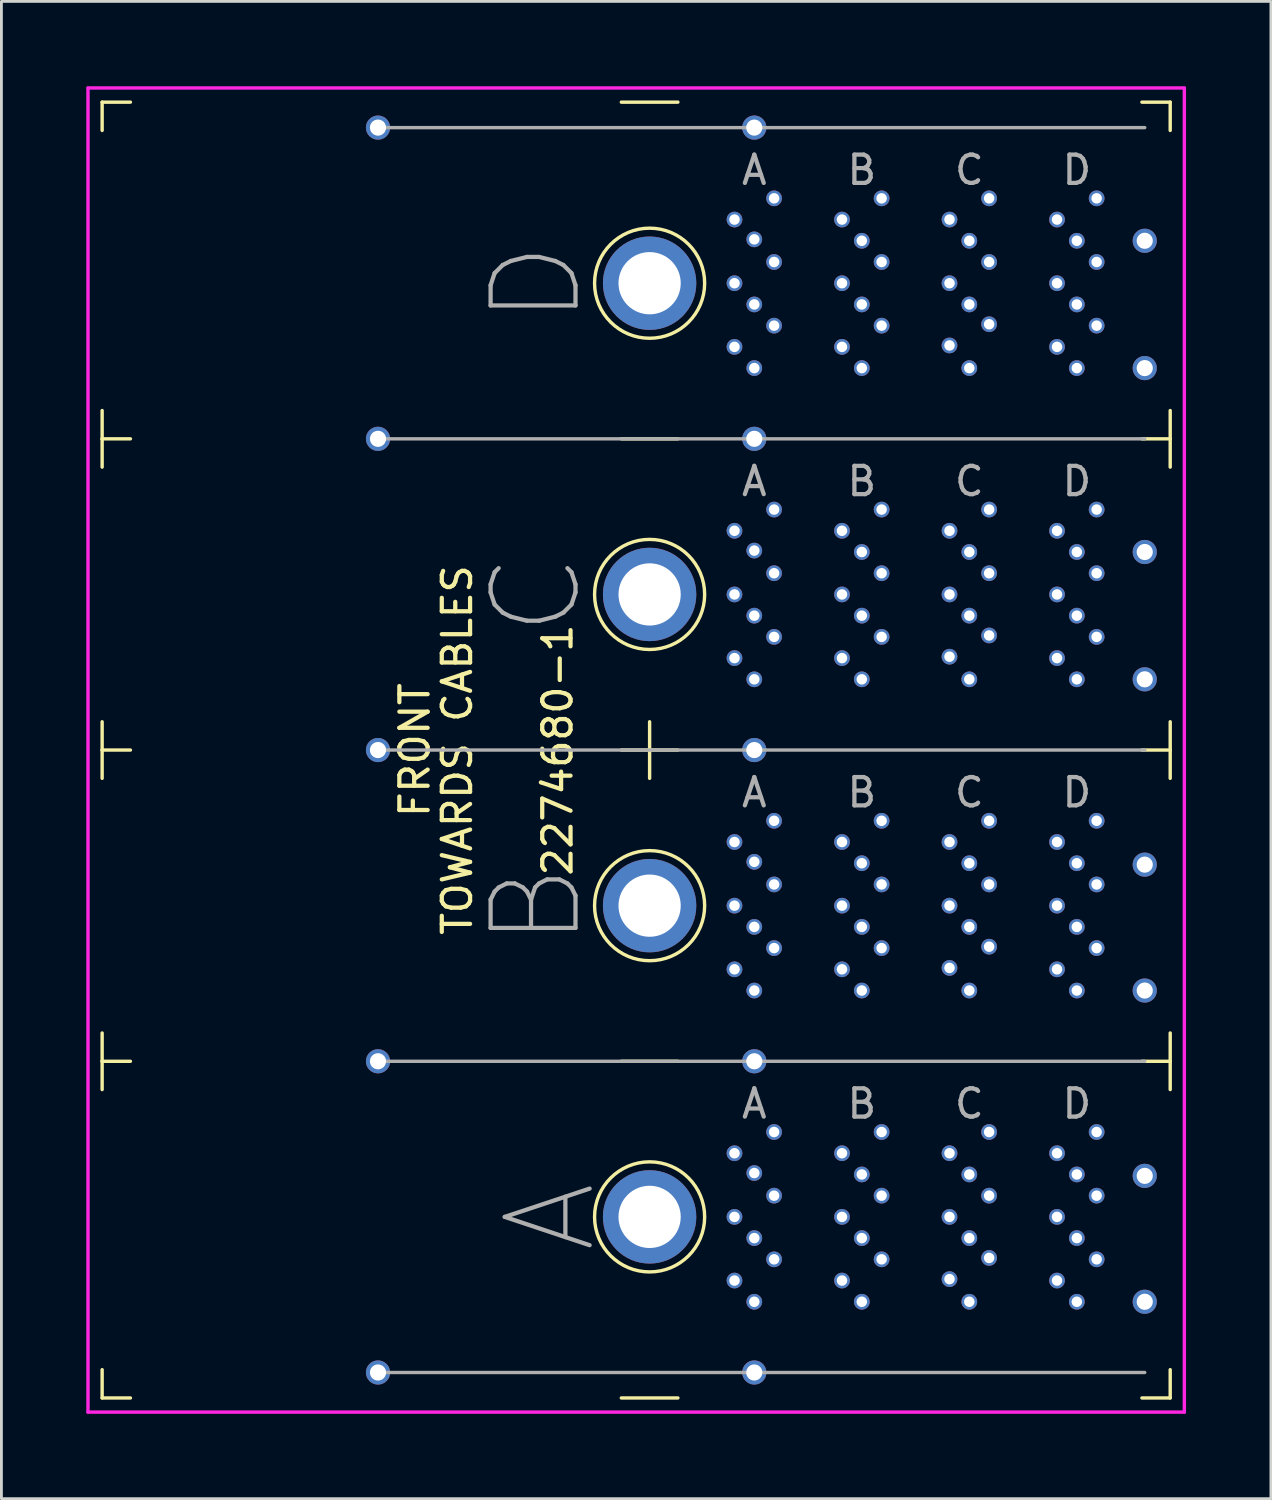
<source format=kicad_pcb>
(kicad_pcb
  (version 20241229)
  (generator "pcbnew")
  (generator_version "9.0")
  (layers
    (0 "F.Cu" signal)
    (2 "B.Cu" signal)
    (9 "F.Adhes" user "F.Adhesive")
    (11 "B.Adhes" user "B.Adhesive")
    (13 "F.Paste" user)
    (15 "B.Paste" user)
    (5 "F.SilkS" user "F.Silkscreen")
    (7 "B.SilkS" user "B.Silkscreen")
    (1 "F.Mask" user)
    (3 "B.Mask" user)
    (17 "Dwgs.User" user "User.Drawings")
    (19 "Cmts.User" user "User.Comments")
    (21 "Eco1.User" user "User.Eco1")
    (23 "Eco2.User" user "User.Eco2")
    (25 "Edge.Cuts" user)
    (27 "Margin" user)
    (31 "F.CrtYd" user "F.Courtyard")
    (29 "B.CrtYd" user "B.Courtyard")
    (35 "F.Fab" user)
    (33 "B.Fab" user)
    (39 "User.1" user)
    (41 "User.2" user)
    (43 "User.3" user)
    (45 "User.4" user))
  (footprint "2274680-1"
    (layer "F.Cu")
    (at 19.91 23.46)
    (property "Reference" "2274680-1" (at -3.25 0 90) (layer "F.SilkS") (effects (font (size 1 1) (thickness 0.15))))
    (attr through_hole)
    (fp_line (start -19.35 -22.9) (end -19.35 -21.9) (stroke (width 0.12) (type solid)) (layer "F.SilkS"))
    (fp_line (start -19.35 -22.9) (end -18.35 -22.9) (stroke (width 0.12) (type solid)) (layer "F.SilkS"))
    (fp_line (start -19.35 -11) (end -19.35 -12) (stroke (width 0.12) (type solid)) (layer "F.SilkS"))
    (fp_line (start -19.35 -11) (end -19.35 -10) (stroke (width 0.12) (type solid)) (layer "F.SilkS"))
    (fp_line (start -19.35 -11) (end -18.35 -11) (stroke (width 0.12) (type solid)) (layer "F.SilkS"))
    (fp_line (start -19.35 0) (end -19.35 -1) (stroke (width 0.12) (type solid)) (layer "F.SilkS"))
    (fp_line (start -19.35 0) (end -19.35 1) (stroke (width 0.12) (type solid)) (layer "F.SilkS"))
    (fp_line (start -19.35 0) (end -18.35 0) (stroke (width 0.12) (type solid)) (layer "F.SilkS"))
    (fp_line (start -19.35 11) (end -19.35 10) (stroke (width 0.12) (type solid)) (layer "F.SilkS"))
    (fp_line (start -19.35 11) (end -19.35 12) (stroke (width 0.12) (type solid)) (layer "F.SilkS"))
    (fp_line (start -19.35 11) (end -18.35 11) (stroke (width 0.12) (type solid)) (layer "F.SilkS"))
    (fp_line (start -19.35 22.9) (end -19.35 21.9) (stroke (width 0.12) (type solid)) (layer "F.SilkS"))
    (fp_line (start -19.35 22.9) (end -18.35 22.9) (stroke (width 0.12) (type solid)) (layer "F.SilkS"))
    (fp_line (start -1 -22.9) (end 1 -22.9) (stroke (width 0.12) (type solid)) (layer "F.SilkS"))
    (fp_line (start -1 -11) (end 1 -11) (stroke (width 0.12) (type solid)) (layer "F.SilkS"))
    (fp_line (start -1 0) (end 1 0) (stroke (width 0.12) (type solid)) (layer "F.SilkS"))
    (fp_line (start -1 11) (end 1 11) (stroke (width 0.12) (type solid)) (layer "F.SilkS"))
    (fp_line (start -1 22.9) (end 1 22.9) (stroke (width 0.12) (type solid)) (layer "F.SilkS"))
    (fp_line (start 0 -1) (end 0 1) (stroke (width 0.12) (type solid)) (layer "F.SilkS"))
    (fp_line (start 18.4 -22.9) (end 17.4 -22.9) (stroke (width 0.12) (type solid)) (layer "F.SilkS"))
    (fp_line (start 18.4 -22.9) (end 18.4 -21.9) (stroke (width 0.12) (type solid)) (layer "F.SilkS"))
    (fp_line (start 18.4 -11) (end 17.4 -11) (stroke (width 0.12) (type solid)) (layer "F.SilkS"))
    (fp_line (start 18.4 -11) (end 18.4 -12) (stroke (width 0.12) (type solid)) (layer "F.SilkS"))
    (fp_line (start 18.4 -11) (end 18.4 -10) (stroke (width 0.12) (type solid)) (layer "F.SilkS"))
    (fp_line (start 18.4 0) (end 17.4 0) (stroke (width 0.12) (type solid)) (layer "F.SilkS"))
    (fp_line (start 18.4 0) (end 18.4 -1) (stroke (width 0.12) (type solid)) (layer "F.SilkS"))
    (fp_line (start 18.4 0) (end 18.4 1) (stroke (width 0.12) (type solid)) (layer "F.SilkS"))
    (fp_line (start 18.4 11) (end 17.4 11) (stroke (width 0.12) (type solid)) (layer "F.SilkS"))
    (fp_line (start 18.4 11) (end 18.4 10) (stroke (width 0.12) (type solid)) (layer "F.SilkS"))
    (fp_line (start 18.4 11) (end 18.4 12) (stroke (width 0.12) (type solid)) (layer "F.SilkS"))
    (fp_line (start 18.4 22.9) (end 17.4 22.9) (stroke (width 0.12) (type solid)) (layer "F.SilkS"))
    (fp_line (start 18.4 22.9) (end 18.4 21.9) (stroke (width 0.12) (type solid)) (layer "F.SilkS"))
    (fp_circle (center 0 -16.5) (end 1.75 -17.35) (stroke (width 0.12) (type solid)) (fill no) (layer "F.SilkS"))
    (fp_circle (center 0 -5.5) (end 1.75 -6.35) (stroke (width 0.12) (type solid)) (fill no) (layer "F.SilkS"))
    (fp_circle (center 0 5.5) (end 1.75 4.65) (stroke (width 0.12) (type solid)) (fill no) (layer "F.SilkS"))
    (fp_circle (center 0 16.5) (end 1.75 15.65) (stroke (width 0.12) (type solid)) (fill no) (layer "F.SilkS"))
    (fp_line (start -19.85 -23.4) (end -19.85 23.4) (stroke (width 0.12) (type solid)) (layer "F.CrtYd"))
    (fp_line (start -19.85 23.4) (end 18.9 23.4) (stroke (width 0.12) (type solid)) (layer "F.CrtYd"))
    (fp_line (start 18.9 -23.4) (end -19.85 -23.4) (stroke (width 0.12) (type solid)) (layer "F.CrtYd"))
    (fp_line (start 18.9 23.4) (end 18.9 -23.4) (stroke (width 0.12) (type solid)) (layer "F.CrtYd"))
    (fp_line (start 17.5 -22) (end -9.6 -22) (stroke (width 0.12) (type solid)) (layer "F.Fab"))
    (fp_line (start 17.5 -11) (end -9.6 -11) (stroke (width 0.12) (type solid)) (layer "F.Fab"))
    (fp_line (start 17.5 0) (end -9.6 0) (stroke (width 0.12) (type solid)) (layer "F.Fab"))
    (fp_line (start 17.5 11) (end -9.6 11) (stroke (width 0.12) (type solid)) (layer "F.Fab"))
    (fp_line (start 17.5 22) (end -9.6 22) (stroke (width 0.12) (type solid)) (layer "F.Fab"))
    (fp_text user "TOWARDS CABLES" (at -6.8 0 90) (layer "F.SilkS") (effects (font (size 1 1) (thickness 0.15))))
    (fp_text user "FRONT" (at -8.3 0 90) (layer "F.SilkS") (effects (font (size 1 1) (thickness 0.15))))
    (fp_text user "C" (at -4 -5.5 90) (layer "F.Fab") (effects (font (size 3 3) (thickness 0.15))))
    (fp_text user "C" (at 11.3 1.5 0) (layer "F.Fab") (effects (font (size 1 1) (thickness 0.15))))
    (fp_text user "B" (at -4 5.5 90) (layer "F.Fab") (effects (font (size 3 3) (thickness 0.15))))
    (fp_text user "C" (at 11.3 12.5 0) (layer "F.Fab") (effects (font (size 1 1) (thickness 0.15))))
    (fp_text user "B" (at 7.5 1.5 0) (layer "F.Fab") (effects (font (size 1 1) (thickness 0.15))))
    (fp_text user "C" (at 11.3 -20.5 0) (layer "F.Fab") (effects (font (size 1 1) (thickness 0.15))))
    (fp_text user "D" (at -4 -16.5 90) (layer "F.Fab") (effects (font (size 3 3) (thickness 0.15))))
    (fp_text user "A" (at 3.7 -20.5 0) (layer "F.Fab") (effects (font (size 1 1) (thickness 0.15))))
    (fp_text user "A" (at 3.7 12.5 0) (layer "F.Fab") (effects (font (size 1 1) (thickness 0.15))))
    (fp_text user "D" (at 15.1 1.5 0) (layer "F.Fab") (effects (font (size 1 1) (thickness 0.15))))
    (fp_text user "D" (at 15.1 -20.5 0) (layer "F.Fab") (effects (font (size 1 1) (thickness 0.15))))
    (fp_text user "B" (at 7.5 12.5 0) (layer "F.Fab") (effects (font (size 1 1) (thickness 0.15))))
    (fp_text user "D" (at 15.1 12.5 0) (layer "F.Fab") (effects (font (size 1 1) (thickness 0.15))))
    (fp_text user "B" (at 7.5 -9.5 0) (layer "F.Fab") (effects (font (size 1 1) (thickness 0.15))))
    (fp_text user "B" (at 7.5 -20.5 0) (layer "F.Fab") (effects (font (size 1 1) (thickness 0.15))))
    (fp_text user "D" (at 15.1 -9.5 0) (layer "F.Fab") (effects (font (size 1 1) (thickness 0.15))))
    (fp_text user "A" (at -3.5 16.5 90) (layer "F.Fab") (effects (font (size 3 3) (thickness 0.15))))
    (fp_text user "A" (at 3.7 -9.5 0) (layer "F.Fab") (effects (font (size 1 1) (thickness 0.15))))
    (fp_text user "C" (at 11.3 -9.5 0) (layer "F.Fab") (effects (font (size 1 1) (thickness 0.15))))
    (fp_text user "A" (at 3.7 1.5 0) (layer "F.Fab") (effects (font (size 1 1) (thickness 0.15))))
    (pad "A1-A" thru_hole circle (at 4.4 13.5) (size 0.555 0.555) (drill 0.37) (layers "*.Cu" "*.Mask"))
    (pad "A1-B" thru_hole circle (at 4.4 2.5) (size 0.555 0.555) (drill 0.37) (layers "*.Cu" "*.Mask"))
    (pad "A1-C" thru_hole circle (at 4.4 -8.5) (size 0.555 0.555) (drill 0.37) (layers "*.Cu" "*.Mask"))
    (pad "A1-D" thru_hole circle (at 4.4 -19.5) (size 0.555 0.555) (drill 0.37) (layers "*.Cu" "*.Mask"))
    (pad "A2-A" thru_hole circle (at 3 14.25) (size 0.555 0.555) (drill 0.37) (layers "*.Cu" "*.Mask"))
    (pad "A2-B" thru_hole circle (at 3 3.25) (size 0.555 0.555) (drill 0.37) (layers "*.Cu" "*.Mask"))
    (pad "A2-C" thru_hole circle (at 3 -7.75) (size 0.555 0.555) (drill 0.37) (layers "*.Cu" "*.Mask"))
    (pad "A2-D" thru_hole circle (at 3 -18.75) (size 0.555 0.555) (drill 0.37) (layers "*.Cu" "*.Mask"))
    (pad "A3-A" thru_hole circle (at 3.7 14.95) (size 0.555 0.555) (drill 0.37) (layers "*.Cu" "*.Mask"))
    (pad "A3-B" thru_hole circle (at 3.7 3.95) (size 0.555 0.555) (drill 0.37) (layers "*.Cu" "*.Mask"))
    (pad "A3-C" thru_hole circle (at 3.7 -7.05) (size 0.555 0.555) (drill 0.37) (layers "*.Cu" "*.Mask"))
    (pad "A3-D" thru_hole circle (at 3.7 -18.05) (size 0.555 0.555) (drill 0.37) (layers "*.Cu" "*.Mask"))
    (pad "A4-A" thru_hole circle (at 4.4 15.75) (size 0.555 0.555) (drill 0.37) (layers "*.Cu" "*.Mask"))
    (pad "A4-B" thru_hole circle (at 4.4 4.75) (size 0.555 0.555) (drill 0.37) (layers "*.Cu" "*.Mask"))
    (pad "A4-C" thru_hole circle (at 4.4 -6.25) (size 0.555 0.555) (drill 0.37) (layers "*.Cu" "*.Mask"))
    (pad "A4-D" thru_hole circle (at 4.4 -17.25) (size 0.555 0.555) (drill 0.37) (layers "*.Cu" "*.Mask"))
    (pad "A5-A" thru_hole circle (at 3 16.5) (size 0.555 0.555) (drill 0.37) (layers "*.Cu" "*.Mask"))
    (pad "A5-B" thru_hole circle (at 3 5.5) (size 0.555 0.555) (drill 0.37) (layers "*.Cu" "*.Mask"))
    (pad "A5-C" thru_hole circle (at 3 -5.5) (size 0.555 0.555) (drill 0.37) (layers "*.Cu" "*.Mask"))
    (pad "A5-D" thru_hole circle (at 3 -16.5) (size 0.555 0.555) (drill 0.37) (layers "*.Cu" "*.Mask"))
    (pad "A6-A" thru_hole circle (at 3.7 17.25) (size 0.555 0.555) (drill 0.37) (layers "*.Cu" "*.Mask"))
    (pad "A6-B" thru_hole circle (at 3.7 6.25) (size 0.555 0.555) (drill 0.37) (layers "*.Cu" "*.Mask"))
    (pad "A6-C" thru_hole circle (at 3.7 -4.75) (size 0.555 0.555) (drill 0.37) (layers "*.Cu" "*.Mask"))
    (pad "A6-D" thru_hole circle (at 3.7 -15.75) (size 0.555 0.555) (drill 0.37) (layers "*.Cu" "*.Mask"))
    (pad "A7-A" thru_hole circle (at 4.4 18) (size 0.555 0.555) (drill 0.37) (layers "*.Cu" "*.Mask"))
    (pad "A7-B" thru_hole circle (at 4.4 7) (size 0.555 0.555) (drill 0.37) (layers "*.Cu" "*.Mask"))
    (pad "A7-C" thru_hole circle (at 4.4 -4) (size 0.555 0.555) (drill 0.37) (layers "*.Cu" "*.Mask"))
    (pad "A7-D" thru_hole circle (at 4.4 -15) (size 0.555 0.555) (drill 0.37) (layers "*.Cu" "*.Mask"))
    (pad "A8-A" thru_hole circle (at 3 18.75) (size 0.555 0.555) (drill 0.37) (layers "*.Cu" "*.Mask"))
    (pad "A8-B" thru_hole circle (at 3 7.75) (size 0.555 0.555) (drill 0.37) (layers "*.Cu" "*.Mask"))
    (pad "A8-C" thru_hole circle (at 3 -3.25) (size 0.555 0.555) (drill 0.37) (layers "*.Cu" "*.Mask"))
    (pad "A8-D" thru_hole circle (at 3 -14.25) (size 0.555 0.555) (drill 0.37) (layers "*.Cu" "*.Mask"))
    (pad "A9-A" thru_hole circle (at 3.7 19.5) (size 0.555 0.555) (drill 0.37) (layers "*.Cu" "*.Mask"))
    (pad "A9-B" thru_hole circle (at 3.7 8.5) (size 0.555 0.555) (drill 0.37) (layers "*.Cu" "*.Mask"))
    (pad "A9-C" thru_hole circle (at 3.7 -2.5) (size 0.555 0.555) (drill 0.37) (layers "*.Cu" "*.Mask"))
    (pad "A9-D" thru_hole circle (at 3.7 -13.5) (size 0.555 0.555) (drill 0.37) (layers "*.Cu" "*.Mask"))
    (pad "B1-A" thru_hole circle (at 8.2 13.5) (size 0.555 0.555) (drill 0.37) (layers "*.Cu" "*.Mask"))
    (pad "B1-B" thru_hole circle (at 8.2 2.5) (size 0.555 0.555) (drill 0.37) (layers "*.Cu" "*.Mask"))
    (pad "B1-C" thru_hole circle (at 8.2 -8.5) (size 0.555 0.555) (drill 0.37) (layers "*.Cu" "*.Mask"))
    (pad "B1-D" thru_hole circle (at 8.2 -19.5) (size 0.555 0.555) (drill 0.37) (layers "*.Cu" "*.Mask"))
    (pad "B2-A" thru_hole circle (at 6.8 14.25) (size 0.555 0.555) (drill 0.37) (layers "*.Cu" "*.Mask"))
    (pad "B2-B" thru_hole circle (at 6.8 3.25) (size 0.555 0.555) (drill 0.37) (layers "*.Cu" "*.Mask"))
    (pad "B2-C" thru_hole circle (at 6.8 -7.75) (size 0.555 0.555) (drill 0.37) (layers "*.Cu" "*.Mask"))
    (pad "B2-D" thru_hole circle (at 6.8 -18.75) (size 0.555 0.555) (drill 0.37) (layers "*.Cu" "*.Mask"))
    (pad "B3-A" thru_hole circle (at 7.5 15) (size 0.555 0.555) (drill 0.37) (layers "*.Cu" "*.Mask"))
    (pad "B3-B" thru_hole circle (at 7.5 4) (size 0.555 0.555) (drill 0.37) (layers "*.Cu" "*.Mask"))
    (pad "B3-C" thru_hole circle (at 7.5 -7) (size 0.555 0.555) (drill 0.37) (layers "*.Cu" "*.Mask"))
    (pad "B3-D" thru_hole circle (at 7.5 -18) (size 0.555 0.555) (drill 0.37) (layers "*.Cu" "*.Mask"))
    (pad "B4-A" thru_hole circle (at 8.2 15.75) (size 0.555 0.555) (drill 0.37) (layers "*.Cu" "*.Mask"))
    (pad "B4-B" thru_hole circle (at 8.2 4.75) (size 0.555 0.555) (drill 0.37) (layers "*.Cu" "*.Mask"))
    (pad "B4-C" thru_hole circle (at 8.2 -6.25) (size 0.555 0.555) (drill 0.37) (layers "*.Cu" "*.Mask"))
    (pad "B4-D" thru_hole circle (at 8.2 -17.25) (size 0.555 0.555) (drill 0.37) (layers "*.Cu" "*.Mask"))
    (pad "B5-A" thru_hole circle (at 6.8 16.5) (size 0.555 0.555) (drill 0.37) (layers "*.Cu" "*.Mask"))
    (pad "B5-B" thru_hole circle (at 6.8 5.5) (size 0.555 0.555) (drill 0.37) (layers "*.Cu" "*.Mask"))
    (pad "B5-C" thru_hole circle (at 6.8 -5.5) (size 0.555 0.555) (drill 0.37) (layers "*.Cu" "*.Mask"))
    (pad "B5-D" thru_hole circle (at 6.8 -16.5) (size 0.555 0.555) (drill 0.37) (layers "*.Cu" "*.Mask"))
    (pad "B6-A" thru_hole circle (at 7.5 17.25) (size 0.555 0.555) (drill 0.37) (layers "*.Cu" "*.Mask"))
    (pad "B6-B" thru_hole circle (at 7.5 6.25) (size 0.555 0.555) (drill 0.37) (layers "*.Cu" "*.Mask"))
    (pad "B6-C" thru_hole circle (at 7.5 -4.75) (size 0.555 0.555) (drill 0.37) (layers "*.Cu" "*.Mask"))
    (pad "B6-D" thru_hole circle (at 7.5 -15.75) (size 0.555 0.555) (drill 0.37) (layers "*.Cu" "*.Mask"))
    (pad "B7-A" thru_hole circle (at 8.2 18) (size 0.555 0.555) (drill 0.37) (layers "*.Cu" "*.Mask"))
    (pad "B7-B" thru_hole circle (at 8.2 7) (size 0.555 0.555) (drill 0.37) (layers "*.Cu" "*.Mask"))
    (pad "B7-C" thru_hole circle (at 8.2 -4) (size 0.555 0.555) (drill 0.37) (layers "*.Cu" "*.Mask"))
    (pad "B7-D" thru_hole circle (at 8.2 -15) (size 0.555 0.555) (drill 0.37) (layers "*.Cu" "*.Mask"))
    (pad "B8-A" thru_hole circle (at 6.8 18.75) (size 0.555 0.555) (drill 0.37) (layers "*.Cu" "*.Mask"))
    (pad "B8-B" thru_hole circle (at 6.8 7.75) (size 0.555 0.555) (drill 0.37) (layers "*.Cu" "*.Mask"))
    (pad "B8-C" thru_hole circle (at 6.8 -3.25) (size 0.555 0.555) (drill 0.37) (layers "*.Cu" "*.Mask"))
    (pad "B8-D" thru_hole circle (at 6.8 -14.25) (size 0.555 0.555) (drill 0.37) (layers "*.Cu" "*.Mask"))
    (pad "B9-A" thru_hole circle (at 7.5 19.5) (size 0.555 0.555) (drill 0.37) (layers "*.Cu" "*.Mask"))
    (pad "B9-B" thru_hole circle (at 7.5 8.5) (size 0.555 0.555) (drill 0.37) (layers "*.Cu" "*.Mask"))
    (pad "B9-C" thru_hole circle (at 7.5 -2.5) (size 0.555 0.555) (drill 0.37) (layers "*.Cu" "*.Mask"))
    (pad "B9-D" thru_hole circle (at 7.5 -13.5) (size 0.555 0.555) (drill 0.37) (layers "*.Cu" "*.Mask"))
    (pad "C1-A" thru_hole circle (at 12 13.5) (size 0.555 0.555) (drill 0.37) (layers "*.Cu" "*.Mask"))
    (pad "C1-B" thru_hole circle (at 12 2.5) (size 0.555 0.555) (drill 0.37) (layers "*.Cu" "*.Mask"))
    (pad "C1-C" thru_hole circle (at 12 -8.5) (size 0.555 0.555) (drill 0.37) (layers "*.Cu" "*.Mask"))
    (pad "C1-D" thru_hole circle (at 12 -19.5) (size 0.555 0.555) (drill 0.37) (layers "*.Cu" "*.Mask"))
    (pad "C2-A" thru_hole circle (at 10.6 14.25) (size 0.555 0.555) (drill 0.37) (layers "*.Cu" "*.Mask"))
    (pad "C2-B" thru_hole circle (at 10.6 3.25) (size 0.555 0.555) (drill 0.37) (layers "*.Cu" "*.Mask"))
    (pad "C2-C" thru_hole circle (at 10.6 -7.75) (size 0.555 0.555) (drill 0.37) (layers "*.Cu" "*.Mask"))
    (pad "C2-D" thru_hole circle (at 10.6 -18.75) (size 0.555 0.555) (drill 0.37) (layers "*.Cu" "*.Mask"))
    (pad "C3-A" thru_hole circle (at 11.3 15) (size 0.555 0.555) (drill 0.37) (layers "*.Cu" "*.Mask"))
    (pad "C3-B" thru_hole circle (at 11.3 4) (size 0.555 0.555) (drill 0.37) (layers "*.Cu" "*.Mask"))
    (pad "C3-C" thru_hole circle (at 11.3 -7) (size 0.555 0.555) (drill 0.37) (layers "*.Cu" "*.Mask"))
    (pad "C3-D" thru_hole circle (at 11.3 -18) (size 0.555 0.555) (drill 0.37) (layers "*.Cu" "*.Mask"))
    (pad "C4-A" thru_hole circle (at 12 15.75) (size 0.555 0.555) (drill 0.37) (layers "*.Cu" "*.Mask"))
    (pad "C4-B" thru_hole circle (at 12 4.75) (size 0.555 0.555) (drill 0.37) (layers "*.Cu" "*.Mask"))
    (pad "C4-C" thru_hole circle (at 12 -6.25) (size 0.555 0.555) (drill 0.37) (layers "*.Cu" "*.Mask"))
    (pad "C4-D" thru_hole circle (at 12 -17.25) (size 0.555 0.555) (drill 0.37) (layers "*.Cu" "*.Mask"))
    (pad "C5-A" thru_hole circle (at 10.6 16.5) (size 0.555 0.555) (drill 0.37) (layers "*.Cu" "*.Mask"))
    (pad "C5-B" thru_hole circle (at 10.6 5.5) (size 0.555 0.555) (drill 0.37) (layers "*.Cu" "*.Mask"))
    (pad "C5-C" thru_hole circle (at 10.6 -5.5) (size 0.555 0.555) (drill 0.37) (layers "*.Cu" "*.Mask"))
    (pad "C5-D" thru_hole circle (at 10.6 -16.5) (size 0.555 0.555) (drill 0.37) (layers "*.Cu" "*.Mask"))
    (pad "C6-A" thru_hole circle (at 11.3 17.25) (size 0.555 0.555) (drill 0.37) (layers "*.Cu" "*.Mask"))
    (pad "C6-B" thru_hole circle (at 11.3 6.25) (size 0.555 0.555) (drill 0.37) (layers "*.Cu" "*.Mask"))
    (pad "C6-C" thru_hole circle (at 11.3 -4.75) (size 0.555 0.555) (drill 0.37) (layers "*.Cu" "*.Mask"))
    (pad "C6-D" thru_hole circle (at 11.3 -15.75) (size 0.555 0.555) (drill 0.37) (layers "*.Cu" "*.Mask"))
    (pad "C7-A" thru_hole circle (at 12 17.95) (size 0.555 0.555) (drill 0.37) (layers "*.Cu" "*.Mask"))
    (pad "C7-B" thru_hole circle (at 12 6.95) (size 0.555 0.555) (drill 0.37) (layers "*.Cu" "*.Mask"))
    (pad "C7-C" thru_hole circle (at 12 -4.05) (size 0.555 0.555) (drill 0.37) (layers "*.Cu" "*.Mask"))
    (pad "C7-D" thru_hole circle (at 12 -15.05) (size 0.555 0.555) (drill 0.37) (layers "*.Cu" "*.Mask"))
    (pad "C8-A" thru_hole circle (at 10.6 18.7) (size 0.555 0.555) (drill 0.37) (layers "*.Cu" "*.Mask"))
    (pad "C8-B" thru_hole circle (at 10.6 7.7) (size 0.555 0.555) (drill 0.37) (layers "*.Cu" "*.Mask"))
    (pad "C8-C" thru_hole circle (at 10.6 -3.3) (size 0.555 0.555) (drill 0.37) (layers "*.Cu" "*.Mask"))
    (pad "C8-D" thru_hole circle (at 10.6 -14.3) (size 0.555 0.555) (drill 0.37) (layers "*.Cu" "*.Mask"))
    (pad "C9-A" thru_hole circle (at 11.3 19.5) (size 0.555 0.555) (drill 0.37) (layers "*.Cu" "*.Mask"))
    (pad "C9-B" thru_hole circle (at 11.3 8.5) (size 0.555 0.555) (drill 0.37) (layers "*.Cu" "*.Mask"))
    (pad "C9-C" thru_hole circle (at 11.3 -2.5) (size 0.555 0.555) (drill 0.37) (layers "*.Cu" "*.Mask"))
    (pad "C9-D" thru_hole circle (at 11.3 -13.5) (size 0.555 0.555) (drill 0.37) (layers "*.Cu" "*.Mask"))
    (pad "D1-A" thru_hole circle (at 15.8 13.5) (size 0.555 0.555) (drill 0.37) (layers "*.Cu" "*.Mask"))
    (pad "D1-B" thru_hole circle (at 15.8 2.5) (size 0.555 0.555) (drill 0.37) (layers "*.Cu" "*.Mask"))
    (pad "D1-C" thru_hole circle (at 15.8 -8.5) (size 0.555 0.555) (drill 0.37) (layers "*.Cu" "*.Mask"))
    (pad "D1-D" thru_hole circle (at 15.8 -19.5) (size 0.555 0.555) (drill 0.37) (layers "*.Cu" "*.Mask"))
    (pad "D2-A" thru_hole circle (at 14.4 14.25) (size 0.555 0.555) (drill 0.37) (layers "*.Cu" "*.Mask"))
    (pad "D2-B" thru_hole circle (at 14.4 3.25) (size 0.555 0.555) (drill 0.37) (layers "*.Cu" "*.Mask"))
    (pad "D2-C" thru_hole circle (at 14.4 -7.75) (size 0.555 0.555) (drill 0.37) (layers "*.Cu" "*.Mask"))
    (pad "D2-D" thru_hole circle (at 14.4 -18.75) (size 0.555 0.555) (drill 0.37) (layers "*.Cu" "*.Mask"))
    (pad "D3-A" thru_hole circle (at 15.1 15) (size 0.555 0.555) (drill 0.37) (layers "*.Cu" "*.Mask"))
    (pad "D3-B" thru_hole circle (at 15.1 4) (size 0.555 0.555) (drill 0.37) (layers "*.Cu" "*.Mask"))
    (pad "D3-C" thru_hole circle (at 15.1 -7) (size 0.555 0.555) (drill 0.37) (layers "*.Cu" "*.Mask"))
    (pad "D3-D" thru_hole circle (at 15.1 -18) (size 0.555 0.555) (drill 0.37) (layers "*.Cu" "*.Mask"))
    (pad "D4-A" thru_hole circle (at 15.8 15.75) (size 0.555 0.555) (drill 0.37) (layers "*.Cu" "*.Mask"))
    (pad "D4-B" thru_hole circle (at 15.8 4.75) (size 0.555 0.555) (drill 0.37) (layers "*.Cu" "*.Mask"))
    (pad "D4-C" thru_hole circle (at 15.8 -6.25) (size 0.555 0.555) (drill 0.37) (layers "*.Cu" "*.Mask"))
    (pad "D4-D" thru_hole circle (at 15.8 -17.25) (size 0.555 0.555) (drill 0.37) (layers "*.Cu" "*.Mask"))
    (pad "D5-A" thru_hole circle (at 14.4 16.5) (size 0.555 0.555) (drill 0.37) (layers "*.Cu" "*.Mask"))
    (pad "D5-B" thru_hole circle (at 14.4 5.5) (size 0.555 0.555) (drill 0.37) (layers "*.Cu" "*.Mask"))
    (pad "D5-C" thru_hole circle (at 14.4 -5.5) (size 0.555 0.555) (drill 0.37) (layers "*.Cu" "*.Mask"))
    (pad "D5-D" thru_hole circle (at 14.4 -16.5) (size 0.555 0.555) (drill 0.37) (layers "*.Cu" "*.Mask"))
    (pad "D6-A" thru_hole circle (at 15.1 17.25) (size 0.555 0.555) (drill 0.37) (layers "*.Cu" "*.Mask"))
    (pad "D6-B" thru_hole circle (at 15.1 6.25) (size 0.555 0.555) (drill 0.37) (layers "*.Cu" "*.Mask"))
    (pad "D6-C" thru_hole circle (at 15.1 -4.75) (size 0.555 0.555) (drill 0.37) (layers "*.Cu" "*.Mask"))
    (pad "D6-D" thru_hole circle (at 15.1 -15.75) (size 0.555 0.555) (drill 0.37) (layers "*.Cu" "*.Mask"))
    (pad "D7-A" thru_hole circle (at 15.8 18) (size 0.555 0.555) (drill 0.37) (layers "*.Cu" "*.Mask"))
    (pad "D7-B" thru_hole circle (at 15.8 7) (size 0.555 0.555) (drill 0.37) (layers "*.Cu" "*.Mask"))
    (pad "D7-C" thru_hole circle (at 15.8 -4) (size 0.555 0.555) (drill 0.37) (layers "*.Cu" "*.Mask"))
    (pad "D7-D" thru_hole circle (at 15.8 -15) (size 0.555 0.555) (drill 0.37) (layers "*.Cu" "*.Mask"))
    (pad "D8-A" thru_hole circle (at 14.4 18.75) (size 0.555 0.555) (drill 0.37) (layers "*.Cu" "*.Mask"))
    (pad "D8-B" thru_hole circle (at 14.4 7.75) (size 0.555 0.555) (drill 0.37) (layers "*.Cu" "*.Mask"))
    (pad "D8-C" thru_hole circle (at 14.4 -3.25) (size 0.555 0.555) (drill 0.37) (layers "*.Cu" "*.Mask"))
    (pad "D8-D" thru_hole circle (at 14.4 -14.25) (size 0.555 0.555) (drill 0.37) (layers "*.Cu" "*.Mask"))
    (pad "D9-A" thru_hole circle (at 15.1 19.5) (size 0.555 0.555) (drill 0.37) (layers "*.Cu" "*.Mask"))
    (pad "D9-B" thru_hole circle (at 15.1 8.5) (size 0.555 0.555) (drill 0.37) (layers "*.Cu" "*.Mask"))
    (pad "D9-C" thru_hole circle (at 15.1 -2.5) (size 0.555 0.555) (drill 0.37) (layers "*.Cu" "*.Mask"))
    (pad "D9-D" thru_hole circle (at 15.1 -13.5) (size 0.555 0.555) (drill 0.37) (layers "*.Cu" "*.Mask"))
    (pad "SHIELD" thru_hole circle (at -9.6 -22) (size 0.855 0.855) (drill 0.57) (layers "*.Cu" "*.Mask"))
    (pad "SHIELD" thru_hole circle (at -9.6 -11) (size 0.855 0.855) (drill 0.57) (layers "*.Cu" "*.Mask"))
    (pad "SHIELD" thru_hole circle (at -9.6 0) (size 0.855 0.855) (drill 0.57) (layers "*.Cu" "*.Mask"))
    (pad "SHIELD" thru_hole circle (at -9.6 11) (size 0.855 0.855) (drill 0.57) (layers "*.Cu" "*.Mask"))
    (pad "SHIELD" thru_hole circle (at -9.6 22) (size 0.855 0.855) (drill 0.57) (layers "*.Cu" "*.Mask"))
    (pad "SHIELD" thru_hole circle (at 0 -16.5) (size 3.3 3.3) (drill 2.2) (layers "*.Cu" "*.Mask"))
    (pad "SHIELD" thru_hole circle (at 0 -5.5) (size 3.3 3.3) (drill 2.2) (layers "*.Cu" "*.Mask"))
    (pad "SHIELD" thru_hole circle (at 0 5.5) (size 3.3 3.3) (drill 2.2) (layers "*.Cu" "*.Mask"))
    (pad "SHIELD" thru_hole circle (at 0 16.5) (size 3.3 3.3) (drill 2.2) (layers "*.Cu" "*.Mask"))
    (pad "SHIELD" thru_hole circle (at 3.7 -22) (size 0.855 0.855) (drill 0.57) (layers "*.Cu" "*.Mask"))
    (pad "SHIELD" thru_hole circle (at 3.7 -11) (size 0.855 0.855) (drill 0.57) (layers "*.Cu" "*.Mask"))
    (pad "SHIELD" thru_hole circle (at 3.7 0) (size 0.855 0.855) (drill 0.57) (layers "*.Cu" "*.Mask"))
    (pad "SHIELD" thru_hole circle (at 3.7 11) (size 0.855 0.855) (drill 0.57) (layers "*.Cu" "*.Mask"))
    (pad "SHIELD" thru_hole circle (at 3.7 22) (size 0.855 0.855) (drill 0.57) (layers "*.Cu" "*.Mask"))
    (pad "SHIELD" thru_hole circle (at 17.5 -18) (size 0.855 0.855) (drill 0.57) (layers "*.Cu" "*.Mask"))
    (pad "SHIELD" thru_hole circle (at 17.5 -13.5) (size 0.855 0.855) (drill 0.57) (layers "*.Cu" "*.Mask"))
    (pad "SHIELD" thru_hole circle (at 17.5 -7) (size 0.855 0.855) (drill 0.57) (layers "*.Cu" "*.Mask"))
    (pad "SHIELD" thru_hole circle (at 17.5 -2.5) (size 0.855 0.855) (drill 0.57) (layers "*.Cu" "*.Mask"))
    (pad "SHIELD" thru_hole circle (at 17.5 4.05) (size 0.855 0.855) (drill 0.57) (layers "*.Cu" "*.Mask"))
    (pad "SHIELD" thru_hole circle (at 17.5 8.5) (size 0.855 0.855) (drill 0.57) (layers "*.Cu" "*.Mask"))
    (pad "SHIELD" thru_hole circle (at 17.5 15.05) (size 0.855 0.855) (drill 0.57) (layers "*.Cu" "*.Mask"))
    (pad "SHIELD" thru_hole circle (at 17.5 19.5) (size 0.855 0.855) (drill 0.57) (layers "*.Cu" "*.Mask")))
  (gr_rect
    (start -3 -3)
    (end 41.87 49.92)
    (stroke (width 0.1) (type default))
    (fill no)
    (layer "Edge.Cuts")))
</source>
